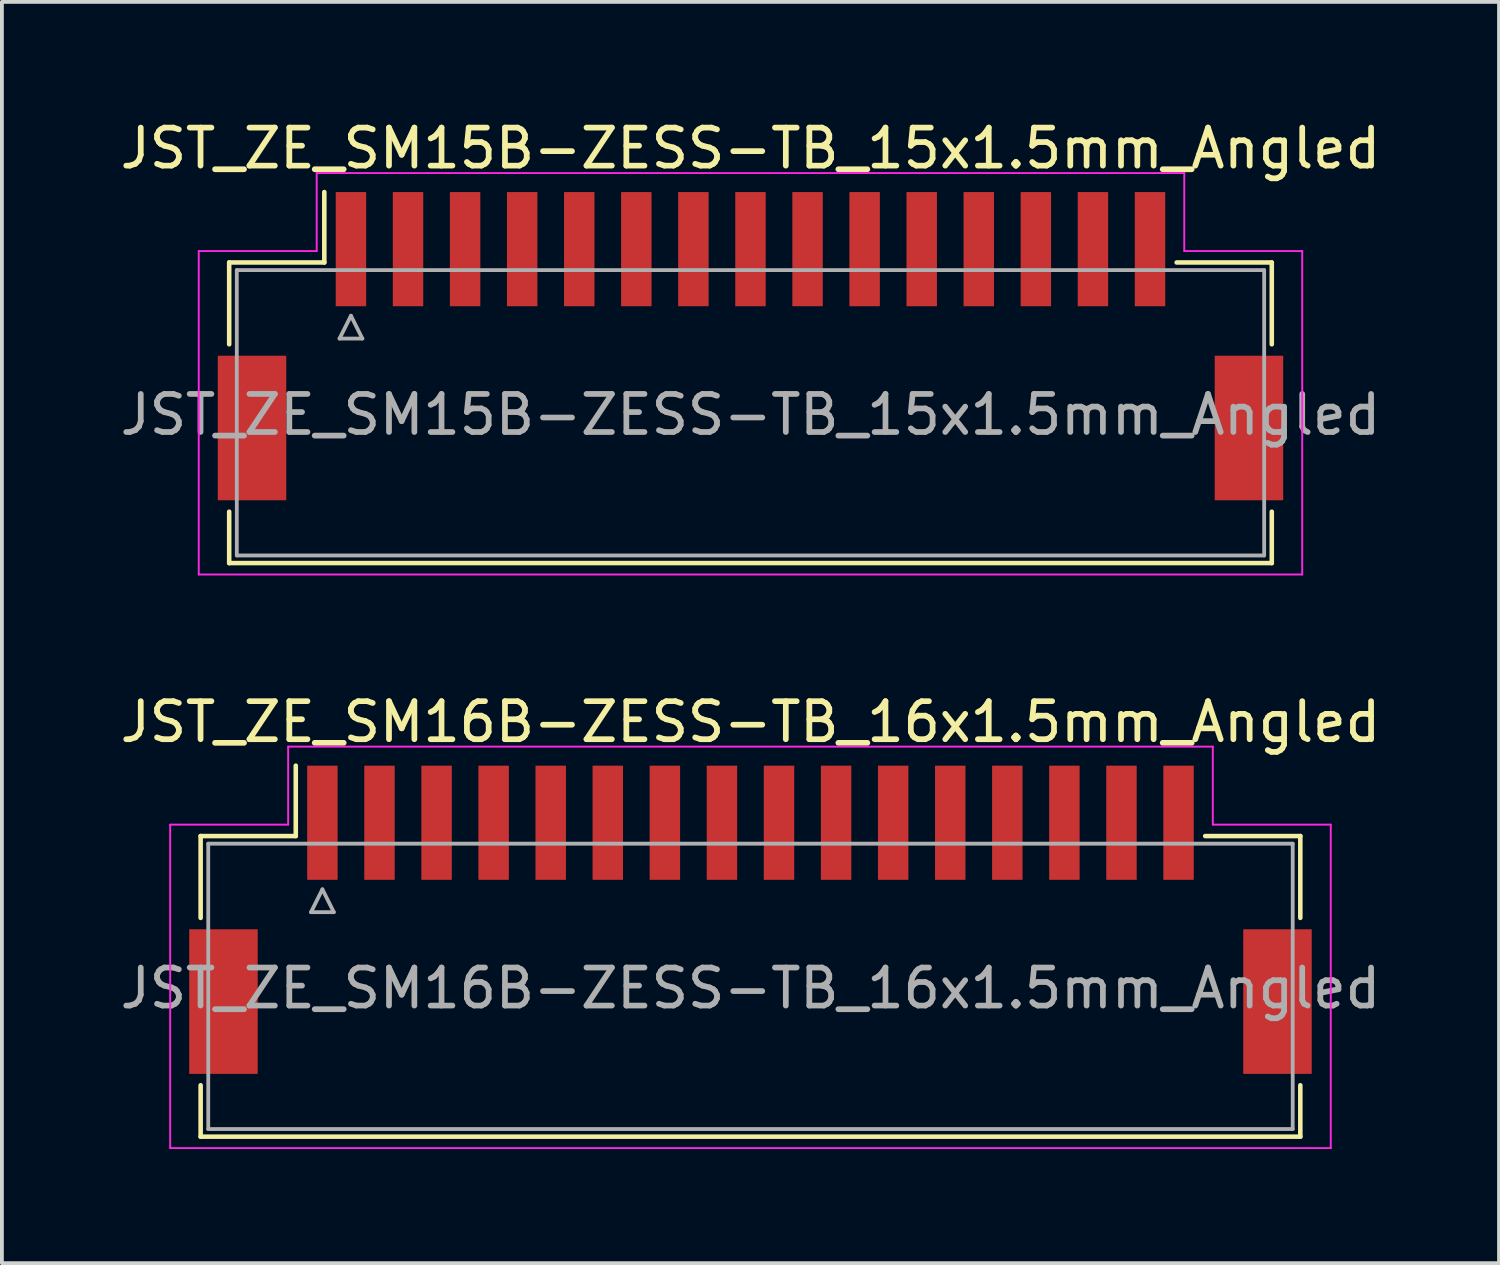
<source format=kicad_pcb>
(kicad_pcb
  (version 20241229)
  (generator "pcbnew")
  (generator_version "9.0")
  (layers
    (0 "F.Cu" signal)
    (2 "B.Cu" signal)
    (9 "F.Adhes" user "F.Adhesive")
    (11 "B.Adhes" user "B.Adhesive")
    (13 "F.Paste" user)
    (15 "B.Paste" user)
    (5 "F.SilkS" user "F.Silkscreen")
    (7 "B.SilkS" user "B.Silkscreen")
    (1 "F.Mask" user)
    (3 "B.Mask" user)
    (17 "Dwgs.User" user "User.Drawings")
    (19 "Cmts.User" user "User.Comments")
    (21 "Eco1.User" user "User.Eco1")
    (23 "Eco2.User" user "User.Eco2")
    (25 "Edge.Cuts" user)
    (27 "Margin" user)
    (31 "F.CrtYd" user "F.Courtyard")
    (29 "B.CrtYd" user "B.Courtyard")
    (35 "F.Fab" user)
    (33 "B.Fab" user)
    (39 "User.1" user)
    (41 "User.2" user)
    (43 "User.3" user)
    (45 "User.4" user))
  (footprint "JST_ZE_SM15B-ZESS-TB_15x1.5mm_Angled"
    (layer "F.Cu")
    (at 16.673 5.848)
    (property "Reference" "JST_ZE_SM15B-ZESS-TB_15x1.5mm_Angled" (at 0 -5 0) (layer "F.SilkS") (effects (font (size 1 1) (thickness 0.15))))
    (attr smd)
    (fp_line (start -13.7 -2) (end -11.2 -2) (stroke (width 0.12) (type solid)) (layer "F.SilkS"))
    (fp_line (start -13.7 0.15) (end -13.7 -2) (stroke (width 0.12) (type solid)) (layer "F.SilkS"))
    (fp_line (start -13.7 4.55) (end -13.7 5.9) (stroke (width 0.12) (type solid)) (layer "F.SilkS"))
    (fp_line (start -13.7 5.9) (end 13.7 5.9) (stroke (width 0.12) (type solid)) (layer "F.SilkS"))
    (fp_line (start -11.2 -2) (end -11.2 -3.85) (stroke (width 0.12) (type solid)) (layer "F.SilkS"))
    (fp_line (start 13.7 -2) (end 11.2 -2) (stroke (width 0.12) (type solid)) (layer "F.SilkS"))
    (fp_line (start 13.7 0.15) (end 13.7 -2) (stroke (width 0.12) (type solid)) (layer "F.SilkS"))
    (fp_line (start 13.7 5.9) (end 13.7 4.55) (stroke (width 0.12) (type solid)) (layer "F.SilkS"))
    (fp_line (start -14.5 -2.3) (end -14.5 6.2) (stroke (width 0.05) (type solid)) (layer "F.CrtYd"))
    (fp_line (start -14.5 6.2) (end 14.5 6.2) (stroke (width 0.05) (type solid)) (layer "F.CrtYd"))
    (fp_line (start -11.4 -4.35) (end -11.4 -2.3) (stroke (width 0.05) (type solid)) (layer "F.CrtYd"))
    (fp_line (start -11.4 -2.3) (end -14.5 -2.3) (stroke (width 0.05) (type solid)) (layer "F.CrtYd"))
    (fp_line (start 11.4 -4.35) (end -11.4 -4.35) (stroke (width 0.05) (type solid)) (layer "F.CrtYd"))
    (fp_line (start 11.4 -2.3) (end 11.4 -4.35) (stroke (width 0.05) (type solid)) (layer "F.CrtYd"))
    (fp_line (start 14.5 -2.3) (end 11.4 -2.3) (stroke (width 0.05) (type solid)) (layer "F.CrtYd"))
    (fp_line (start 14.5 6.2) (end 14.5 -2.3) (stroke (width 0.05) (type solid)) (layer "F.CrtYd"))
    (fp_line (start -13.5 -1.8) (end -13.5 5.7) (stroke (width 0.1) (type solid)) (layer "F.Fab"))
    (fp_line (start -13.5 5.7) (end 13.5 5.7) (stroke (width 0.1) (type solid)) (layer "F.Fab"))
    (fp_line (start -10.8 0) (end -10.2 0) (stroke (width 0.1) (type solid)) (layer "F.Fab"))
    (fp_line (start -10.5 -0.6) (end -10.8 0) (stroke (width 0.1) (type solid)) (layer "F.Fab"))
    (fp_line (start -10.2 0) (end -10.5 -0.6) (stroke (width 0.1) (type solid)) (layer "F.Fab"))
    (fp_line (start 13.5 -1.8) (end -13.5 -1.8) (stroke (width 0.1) (type solid)) (layer "F.Fab"))
    (fp_line (start 13.5 5.7) (end 13.5 -1.8) (stroke (width 0.1) (type solid)) (layer "F.Fab"))
    (fp_text user "${REFERENCE}" (at 0 2 0) (layer "F.Fab") (effects (font (size 1 1) (thickness 0.15))))
    (pad "" smd rect (at -13.1 2.35) (size 1.8 3.8) (layers "F.Cu" "F.Mask" "F.Paste"))
    (pad "" smd rect (at 13.1 2.35) (size 1.8 3.8) (layers "F.Cu" "F.Mask" "F.Paste"))
    (pad "1" smd rect (at -10.5 -2.35) (size 0.8 3) (layers "F.Cu" "F.Mask" "F.Paste"))
    (pad "2" smd rect (at -9 -2.35) (size 0.8 3) (layers "F.Cu" "F.Mask" "F.Paste"))
    (pad "3" smd rect (at -7.5 -2.35) (size 0.8 3) (layers "F.Cu" "F.Mask" "F.Paste"))
    (pad "4" smd rect (at -6 -2.35) (size 0.8 3) (layers "F.Cu" "F.Mask" "F.Paste"))
    (pad "5" smd rect (at -4.5 -2.35) (size 0.8 3) (layers "F.Cu" "F.Mask" "F.Paste"))
    (pad "6" smd rect (at -3 -2.35) (size 0.8 3) (layers "F.Cu" "F.Mask" "F.Paste"))
    (pad "7" smd rect (at -1.5 -2.35) (size 0.8 3) (layers "F.Cu" "F.Mask" "F.Paste"))
    (pad "8" smd rect (at 0 -2.35) (size 0.8 3) (layers "F.Cu" "F.Mask" "F.Paste"))
    (pad "9" smd rect (at 1.5 -2.35) (size 0.8 3) (layers "F.Cu" "F.Mask" "F.Paste"))
    (pad "10" smd rect (at 3 -2.35) (size 0.8 3) (layers "F.Cu" "F.Mask" "F.Paste"))
    (pad "11" smd rect (at 4.5 -2.35) (size 0.8 3) (layers "F.Cu" "F.Mask" "F.Paste"))
    (pad "12" smd rect (at 6 -2.35) (size 0.8 3) (layers "F.Cu" "F.Mask" "F.Paste"))
    (pad "13" smd rect (at 7.5 -2.35) (size 0.8 3) (layers "F.Cu" "F.Mask" "F.Paste"))
    (pad "14" smd rect (at 9 -2.35) (size 0.8 3) (layers "F.Cu" "F.Mask" "F.Paste"))
    (pad "15" smd rect (at 10.5 -2.35) (size 0.8 3) (layers "F.Cu" "F.Mask" "F.Paste")))
  (footprint "JST_ZE_SM16B-ZESS-TB_16x1.5mm_Angled"
    (layer "F.Cu")
    (at 16.673 20.922)
    (property "Reference" "JST_ZE_SM16B-ZESS-TB_16x1.5mm_Angled" (at 0 -5 0) (layer "F.SilkS") (effects (font (size 1 1) (thickness 0.15))))
    (attr smd)
    (fp_line (start -14.45 -2) (end -11.95 -2) (stroke (width 0.12) (type solid)) (layer "F.SilkS"))
    (fp_line (start -14.45 0.15) (end -14.45 -2) (stroke (width 0.12) (type solid)) (layer "F.SilkS"))
    (fp_line (start -14.45 4.55) (end -14.45 5.9) (stroke (width 0.12) (type solid)) (layer "F.SilkS"))
    (fp_line (start -14.45 5.9) (end 14.45 5.9) (stroke (width 0.12) (type solid)) (layer "F.SilkS"))
    (fp_line (start -11.95 -2) (end -11.95 -3.85) (stroke (width 0.12) (type solid)) (layer "F.SilkS"))
    (fp_line (start 14.45 -2) (end 11.95 -2) (stroke (width 0.12) (type solid)) (layer "F.SilkS"))
    (fp_line (start 14.45 0.15) (end 14.45 -2) (stroke (width 0.12) (type solid)) (layer "F.SilkS"))
    (fp_line (start 14.45 5.9) (end 14.45 4.55) (stroke (width 0.12) (type solid)) (layer "F.SilkS"))
    (fp_line (start -15.25 -2.3) (end -15.25 6.2) (stroke (width 0.05) (type solid)) (layer "F.CrtYd"))
    (fp_line (start -15.25 6.2) (end 15.25 6.2) (stroke (width 0.05) (type solid)) (layer "F.CrtYd"))
    (fp_line (start -12.15 -4.35) (end -12.15 -2.3) (stroke (width 0.05) (type solid)) (layer "F.CrtYd"))
    (fp_line (start -12.15 -2.3) (end -15.25 -2.3) (stroke (width 0.05) (type solid)) (layer "F.CrtYd"))
    (fp_line (start 12.15 -4.35) (end -12.15 -4.35) (stroke (width 0.05) (type solid)) (layer "F.CrtYd"))
    (fp_line (start 12.15 -2.3) (end 12.15 -4.35) (stroke (width 0.05) (type solid)) (layer "F.CrtYd"))
    (fp_line (start 15.25 -2.3) (end 12.15 -2.3) (stroke (width 0.05) (type solid)) (layer "F.CrtYd"))
    (fp_line (start 15.25 6.2) (end 15.25 -2.3) (stroke (width 0.05) (type solid)) (layer "F.CrtYd"))
    (fp_line (start -14.25 -1.8) (end -14.25 5.7) (stroke (width 0.1) (type solid)) (layer "F.Fab"))
    (fp_line (start -14.25 5.7) (end 14.25 5.7) (stroke (width 0.1) (type solid)) (layer "F.Fab"))
    (fp_line (start -11.55 0) (end -10.95 0) (stroke (width 0.1) (type solid)) (layer "F.Fab"))
    (fp_line (start -11.25 -0.6) (end -11.55 0) (stroke (width 0.1) (type solid)) (layer "F.Fab"))
    (fp_line (start -10.95 0) (end -11.25 -0.6) (stroke (width 0.1) (type solid)) (layer "F.Fab"))
    (fp_line (start 14.25 -1.8) (end -14.25 -1.8) (stroke (width 0.1) (type solid)) (layer "F.Fab"))
    (fp_line (start 14.25 5.7) (end 14.25 -1.8) (stroke (width 0.1) (type solid)) (layer "F.Fab"))
    (fp_text user "${REFERENCE}" (at 0 2 0) (layer "F.Fab") (effects (font (size 1 1) (thickness 0.15))))
    (pad "" smd rect (at -13.85 2.35) (size 1.8 3.8) (layers "F.Cu" "F.Mask" "F.Paste"))
    (pad "" smd rect (at 13.85 2.35) (size 1.8 3.8) (layers "F.Cu" "F.Mask" "F.Paste"))
    (pad "1" smd rect (at -11.25 -2.35) (size 0.8 3) (layers "F.Cu" "F.Mask" "F.Paste"))
    (pad "2" smd rect (at -9.75 -2.35) (size 0.8 3) (layers "F.Cu" "F.Mask" "F.Paste"))
    (pad "3" smd rect (at -8.25 -2.35) (size 0.8 3) (layers "F.Cu" "F.Mask" "F.Paste"))
    (pad "4" smd rect (at -6.75 -2.35) (size 0.8 3) (layers "F.Cu" "F.Mask" "F.Paste"))
    (pad "5" smd rect (at -5.25 -2.35) (size 0.8 3) (layers "F.Cu" "F.Mask" "F.Paste"))
    (pad "6" smd rect (at -3.75 -2.35) (size 0.8 3) (layers "F.Cu" "F.Mask" "F.Paste"))
    (pad "7" smd rect (at -2.25 -2.35) (size 0.8 3) (layers "F.Cu" "F.Mask" "F.Paste"))
    (pad "8" smd rect (at -0.75 -2.35) (size 0.8 3) (layers "F.Cu" "F.Mask" "F.Paste"))
    (pad "9" smd rect (at 0.75 -2.35) (size 0.8 3) (layers "F.Cu" "F.Mask" "F.Paste"))
    (pad "10" smd rect (at 2.25 -2.35) (size 0.8 3) (layers "F.Cu" "F.Mask" "F.Paste"))
    (pad "11" smd rect (at 3.75 -2.35) (size 0.8 3) (layers "F.Cu" "F.Mask" "F.Paste"))
    (pad "12" smd rect (at 5.25 -2.35) (size 0.8 3) (layers "F.Cu" "F.Mask" "F.Paste"))
    (pad "13" smd rect (at 6.75 -2.35) (size 0.8 3) (layers "F.Cu" "F.Mask" "F.Paste"))
    (pad "14" smd rect (at 8.25 -2.35) (size 0.8 3) (layers "F.Cu" "F.Mask" "F.Paste"))
    (pad "15" smd rect (at 9.75 -2.35) (size 0.8 3) (layers "F.Cu" "F.Mask" "F.Paste"))
    (pad "16" smd rect (at 11.25 -2.35) (size 0.8 3) (layers "F.Cu" "F.Mask" "F.Paste")))
  (gr_rect
    (start -3 -3)
    (end 36.345 30.146)
    (stroke (width 0.1) (type default))
    (fill no)
    (layer "Edge.Cuts")))
</source>
